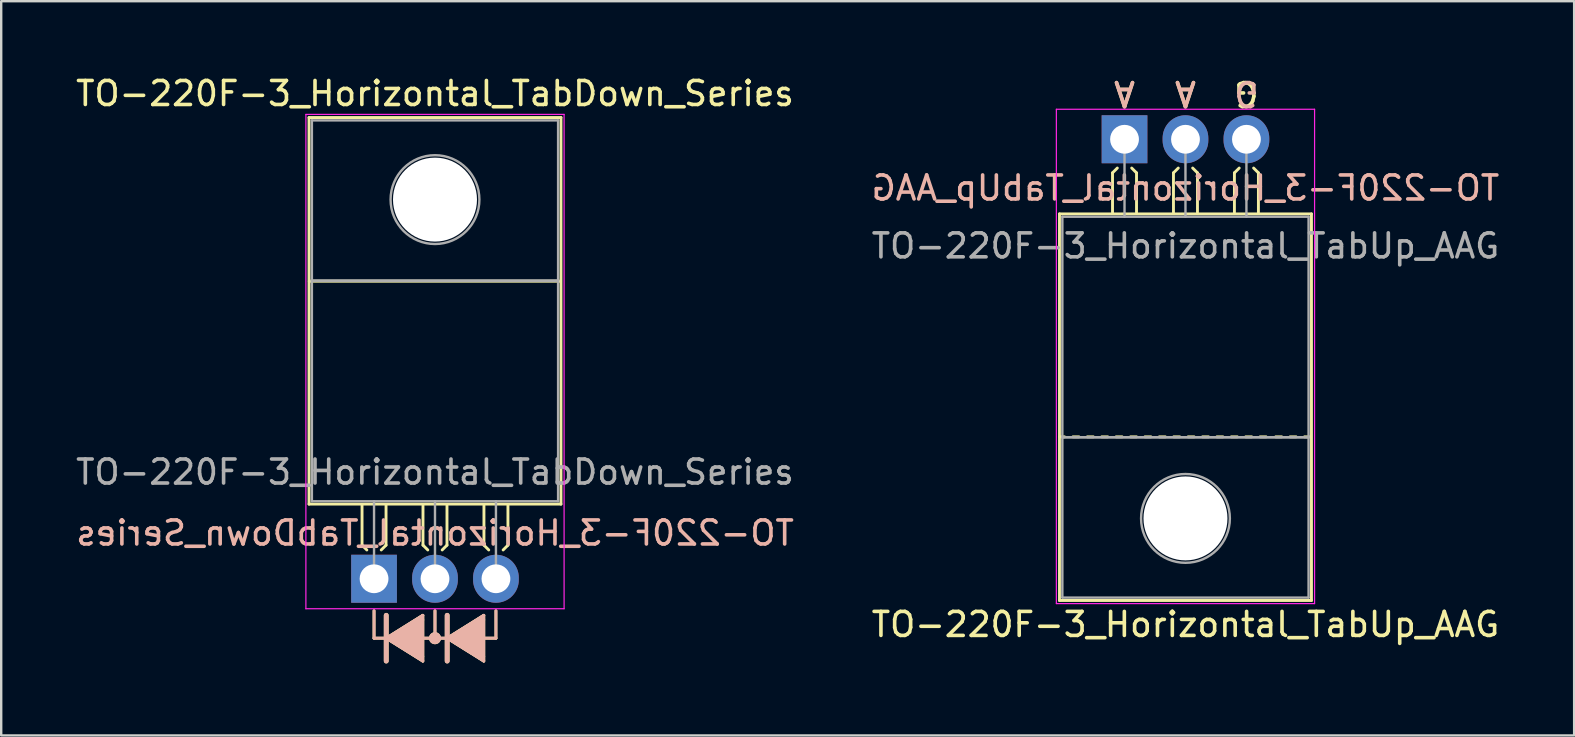
<source format=kicad_pcb>
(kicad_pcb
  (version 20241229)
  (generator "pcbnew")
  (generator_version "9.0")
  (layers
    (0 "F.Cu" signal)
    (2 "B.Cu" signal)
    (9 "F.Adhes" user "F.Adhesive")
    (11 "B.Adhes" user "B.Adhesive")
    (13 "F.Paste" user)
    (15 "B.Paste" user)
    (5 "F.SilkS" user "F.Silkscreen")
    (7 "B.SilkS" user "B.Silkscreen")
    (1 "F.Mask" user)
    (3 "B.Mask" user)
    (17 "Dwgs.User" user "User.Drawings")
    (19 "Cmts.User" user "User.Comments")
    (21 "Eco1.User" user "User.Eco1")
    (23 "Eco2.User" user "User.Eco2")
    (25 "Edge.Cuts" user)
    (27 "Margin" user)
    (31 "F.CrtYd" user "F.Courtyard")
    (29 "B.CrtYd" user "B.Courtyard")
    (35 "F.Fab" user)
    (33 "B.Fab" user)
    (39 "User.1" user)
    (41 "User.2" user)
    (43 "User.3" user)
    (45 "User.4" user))
  (footprint "TO-220F-3_Horizontal_TabDown_Series"
    (layer "F.Cu")
    (at 12.537 21.068)
    (property "Reference" "TO-220F-3_Horizontal_TabDown_Series" (at 2.54 -20.22 0) (layer "F.SilkS") (effects (font (size 1 1) (thickness 0.15))))
    (fp_line (start -2.71 -19.22) (end -2.71 -3.11) (stroke (width 0.12) (type solid)) (layer "F.SilkS"))
    (fp_line (start -2.71 -19.22) (end 7.79 -19.22) (stroke (width 0.12) (type solid)) (layer "F.SilkS"))
    (fp_line (start -2.71 -3.11) (end 7.79 -3.11) (stroke (width 0.12) (type solid)) (layer "F.SilkS"))
    (fp_line (start -2.7 -12.4) (end 7.75 -12.4) (stroke (width 0.12) (type solid)) (layer "F.SilkS"))
    (fp_line (start -0.5 -3.048) (end -0.5 -1.4) (stroke (width 0.12) (type solid)) (layer "F.SilkS"))
    (fp_line (start -0.5 -1.4) (end -0.3 -1.2) (stroke (width 0.12) (type solid)) (layer "F.SilkS"))
    (fp_line (start 0 1.333) (end 0 2.477) (stroke (width 0.12) (type solid)) (layer "F.SilkS"))
    (fp_line (start 0 2.477) (end 0.508 2.477) (stroke (width 0.12) (type solid)) (layer "F.SilkS"))
    (fp_line (start 0.5 -3.048) (end 0.5 -1.4) (stroke (width 0.12) (type solid)) (layer "F.SilkS"))
    (fp_line (start 0.5 -1.4) (end 0.3 -1.2) (stroke (width 0.12) (type solid)) (layer "F.SilkS"))
    (fp_line (start 0.508 1.524) (end 0.508 3.429) (stroke (width 0.2) (type solid)) (layer "F.SilkS"))
    (fp_line (start 0.508 2.477) (end 2.032 1.524) (stroke (width 0.12) (type solid)) (layer "F.SilkS"))
    (fp_line (start 0.508 2.477) (end 2.032 3.429) (stroke (width 0.12) (type solid)) (layer "F.SilkS"))
    (fp_line (start 2.032 1.714) (end 2.032 1.524) (stroke (width 0.12) (type solid)) (layer "F.SilkS"))
    (fp_line (start 2.032 3.239) (end 2.032 1.714) (stroke (width 0.12) (type solid)) (layer "F.SilkS"))
    (fp_line (start 2.032 3.239) (end 2.032 3.429) (stroke (width 0.12) (type solid)) (layer "F.SilkS"))
    (fp_line (start 2.04 -3.048) (end 2.04 -1.4) (stroke (width 0.12) (type solid)) (layer "F.SilkS"))
    (fp_line (start 2.04 -1.4) (end 2.24 -1.2) (stroke (width 0.12) (type solid)) (layer "F.SilkS"))
    (fp_line (start 2.54 1.333) (end 2.54 2.477) (stroke (width 0.12) (type solid)) (layer "F.SilkS"))
    (fp_line (start 2.54 2.477) (end 2.032 2.477) (stroke (width 0.12) (type solid)) (layer "F.SilkS"))
    (fp_line (start 2.54 2.477) (end 3.048 2.477) (stroke (width 0.12) (type solid)) (layer "F.SilkS"))
    (fp_line (start 3.04 -3.048) (end 3.04 -1.4) (stroke (width 0.12) (type solid)) (layer "F.SilkS"))
    (fp_line (start 3.04 -1.4) (end 2.84 -1.2) (stroke (width 0.12) (type solid)) (layer "F.SilkS"))
    (fp_line (start 3.048 1.524) (end 3.048 3.429) (stroke (width 0.2) (type solid)) (layer "F.SilkS"))
    (fp_line (start 3.048 2.477) (end 4.572 3.429) (stroke (width 0.12) (type solid)) (layer "F.SilkS"))
    (fp_line (start 4.572 1.524) (end 3.048 2.477) (stroke (width 0.12) (type solid)) (layer "F.SilkS"))
    (fp_line (start 4.572 3.429) (end 4.572 1.524) (stroke (width 0.12) (type solid)) (layer "F.SilkS"))
    (fp_line (start 4.58 -3.048) (end 4.58 -1.4) (stroke (width 0.12) (type solid)) (layer "F.SilkS"))
    (fp_line (start 4.58 -1.4) (end 4.78 -1.2) (stroke (width 0.12) (type solid)) (layer "F.SilkS"))
    (fp_line (start 5.08 1.333) (end 5.08 2.477) (stroke (width 0.12) (type solid)) (layer "F.SilkS"))
    (fp_line (start 5.08 2.477) (end 4.572 2.477) (stroke (width 0.12) (type solid)) (layer "F.SilkS"))
    (fp_line (start 5.58 -3.048) (end 5.58 -1.4) (stroke (width 0.12) (type solid)) (layer "F.SilkS"))
    (fp_line (start 5.58 -1.4) (end 5.38 -1.2) (stroke (width 0.12) (type solid)) (layer "F.SilkS"))
    (fp_line (start 7.79 -19.22) (end 7.79 -3.11) (stroke (width 0.12) (type solid)) (layer "F.SilkS"))
    (fp_circle (center 2.54 2.477) (end 2.54 2.54) (stroke (width 0.12) (type solid)) (fill no) (layer "F.SilkS"))
    (fp_circle (center 2.54 2.477) (end 2.54 2.603) (stroke (width 0.12) (type solid)) (fill no) (layer "F.SilkS"))
    (fp_circle (center 2.54 2.477) (end 2.54 2.667) (stroke (width 0.12) (type solid)) (fill no) (layer "F.SilkS"))
    (fp_poly (pts (xy 0.508 2.477) (xy 2.032 1.524) (xy 2.032 3.429)) (stroke (width 0.1) (type solid)) (fill yes) (layer "F.SilkS"))
    (fp_poly (pts (xy 4.572 3.429) (xy 3.048 2.477) (xy 4.572 1.524)) (stroke (width 0.1) (type solid)) (fill yes) (layer "F.SilkS"))
    (fp_line (start 0 1.333) (end 0 2.477) (stroke (width 0.12) (type solid)) (layer "B.SilkS"))
    (fp_line (start 0 2.477) (end 0.508 2.477) (stroke (width 0.12) (type solid)) (layer "B.SilkS"))
    (fp_line (start 0.508 2.477) (end 2.032 1.524) (stroke (width 0.12) (type solid)) (layer "B.SilkS"))
    (fp_line (start 0.508 3.429) (end 0.508 1.524) (stroke (width 0.2) (type solid)) (layer "B.SilkS"))
    (fp_line (start 2.032 1.524) (end 2.032 3.429) (stroke (width 0.12) (type solid)) (layer "B.SilkS"))
    (fp_line (start 2.032 3.429) (end 0.508 2.477) (stroke (width 0.12) (type solid)) (layer "B.SilkS"))
    (fp_line (start 2.54 1.333) (end 2.54 2.477) (stroke (width 0.12) (type solid)) (layer "B.SilkS"))
    (fp_line (start 2.54 2.477) (end 2.032 2.477) (stroke (width 0.12) (type solid)) (layer "B.SilkS"))
    (fp_line (start 2.54 2.477) (end 3.048 2.477) (stroke (width 0.12) (type solid)) (layer "B.SilkS"))
    (fp_line (start 3.048 2.477) (end 4.572 1.524) (stroke (width 0.12) (type solid)) (layer "B.SilkS"))
    (fp_line (start 3.048 2.477) (end 4.572 3.429) (stroke (width 0.12) (type solid)) (layer "B.SilkS"))
    (fp_line (start 3.048 3.429) (end 3.048 1.524) (stroke (width 0.2) (type solid)) (layer "B.SilkS"))
    (fp_line (start 4.572 1.714) (end 4.572 1.524) (stroke (width 0.12) (type solid)) (layer "B.SilkS"))
    (fp_line (start 4.572 1.714) (end 4.572 3.239) (stroke (width 0.12) (type solid)) (layer "B.SilkS"))
    (fp_line (start 4.572 3.239) (end 4.572 3.429) (stroke (width 0.12) (type solid)) (layer "B.SilkS"))
    (fp_line (start 5.08 1.333) (end 5.08 2.477) (stroke (width 0.12) (type solid)) (layer "B.SilkS"))
    (fp_line (start 5.08 2.477) (end 4.572 2.477) (stroke (width 0.12) (type solid)) (layer "B.SilkS"))
    (fp_circle (center 2.54 2.477) (end 2.54 2.54) (stroke (width 0.12) (type solid)) (fill no) (layer "B.SilkS"))
    (fp_circle (center 2.54 2.477) (end 2.54 2.603) (stroke (width 0.12) (type solid)) (fill no) (layer "B.SilkS"))
    (fp_circle (center 2.54 2.477) (end 2.54 2.667) (stroke (width 0.12) (type solid)) (fill no) (layer "B.SilkS"))
    (fp_poly (pts (xy 2.032 1.524) (xy 0.508 2.477) (xy 2.032 3.429)) (stroke (width 0.1) (type solid)) (fill yes) (layer "B.SilkS"))
    (fp_poly (pts (xy 3.048 2.477) (xy 4.572 3.429) (xy 4.572 1.524)) (stroke (width 0.1) (type solid)) (fill yes) (layer "B.SilkS"))
    (fp_line (start -2.84 -19.35) (end -2.84 1.25) (stroke (width 0.05) (type solid)) (layer "F.CrtYd"))
    (fp_line (start -2.84 1.25) (end 7.92 1.25) (stroke (width 0.05) (type solid)) (layer "F.CrtYd"))
    (fp_line (start 7.92 -19.35) (end -2.84 -19.35) (stroke (width 0.05) (type solid)) (layer "F.CrtYd"))
    (fp_line (start 7.92 1.25) (end 7.92 -19.35) (stroke (width 0.05) (type solid)) (layer "F.CrtYd"))
    (fp_line (start -2.59 -19.1) (end 7.67 -19.1) (stroke (width 0.1) (type solid)) (layer "F.Fab"))
    (fp_line (start -2.59 -12.42) (end -2.59 -19.1) (stroke (width 0.1) (type solid)) (layer "F.Fab"))
    (fp_line (start -2.59 -12.42) (end 7.67 -12.42) (stroke (width 0.1) (type solid)) (layer "F.Fab"))
    (fp_line (start -2.59 -3.23) (end -2.59 -12.42) (stroke (width 0.1) (type solid)) (layer "F.Fab"))
    (fp_line (start 0 -3.23) (end 0 0) (stroke (width 0.1) (type solid)) (layer "F.Fab"))
    (fp_line (start 2.54 -3.23) (end 2.54 0) (stroke (width 0.1) (type solid)) (layer "F.Fab"))
    (fp_line (start 5.08 -3.23) (end 5.08 0) (stroke (width 0.1) (type solid)) (layer "F.Fab"))
    (fp_line (start 7.67 -19.1) (end 7.67 -12.42) (stroke (width 0.1) (type solid)) (layer "F.Fab"))
    (fp_line (start 7.67 -12.42) (end -2.59 -12.42) (stroke (width 0.1) (type solid)) (layer "F.Fab"))
    (fp_line (start 7.67 -12.42) (end 7.67 -3.23) (stroke (width 0.1) (type solid)) (layer "F.Fab"))
    (fp_line (start 7.67 -3.23) (end -2.59 -3.23) (stroke (width 0.1) (type solid)) (layer "F.Fab"))
    (fp_circle (center 2.54 -15.8) (end 4.39 -15.8) (stroke (width 0.1) (type solid)) (fill no) (layer "F.Fab"))
    (fp_text user "${REFERENCE}" (at 2.54 -1.905 0) (layer "B.SilkS") (effects (font (size 1 1) (thickness 0.15)) (justify mirror)))
    (fp_text user "${REFERENCE}" (at 2.54 -4.445 0) (layer "F.Fab") (effects (font (size 1 1) (thickness 0.15))))
    (pad "" np_thru_hole oval (at 2.54 -15.8) (size 3.5 3.5) (drill 3.5) (layers "*.Cu" "*.Mask"))
    (pad "1" thru_hole rect (at 0 0) (size 1.905 2) (drill 1.2) (layers "*.Cu" "*.Mask"))
    (pad "2" thru_hole oval (at 2.54 0) (size 1.905 2) (drill 1.2) (layers "*.Cu" "*.Mask"))
    (pad "3" thru_hole oval (at 5.08 0) (size 1.905 2) (drill 1.2) (layers "*.Cu" "*.Mask")))
  (footprint "TO-220F-3_Horizontal_TabUp_AAG"
    (layer "F.Cu")
    (at 43.811 2.753)
    (property "Reference" "TO-220F-3_Horizontal_TabUp_AAG" (at 2.54 20.22 0) (layer "F.SilkS") (effects (font (size 1 1) (thickness 0.15))))
    (fp_line (start -2.71 19.22) (end -2.71 3.11) (stroke (width 0.12) (type solid)) (layer "F.SilkS"))
    (fp_line (start -2.5 12.4) (end -2.7 12.4) (stroke (width 0.12) (type solid)) (layer "F.SilkS"))
    (fp_line (start -1.9 12.4) (end -2.15 12.4) (stroke (width 0.12) (type solid)) (layer "F.SilkS"))
    (fp_line (start -1.3 12.4) (end -1.55 12.4) (stroke (width 0.12) (type solid)) (layer "F.SilkS"))
    (fp_line (start -0.7 12.4) (end -0.95 12.4) (stroke (width 0.12) (type solid)) (layer "F.SilkS"))
    (fp_line (start -0.5 1.4) (end -0.3 1.2) (stroke (width 0.12) (type solid)) (layer "F.SilkS"))
    (fp_line (start -0.5 3.048) (end -0.5 1.4) (stroke (width 0.12) (type solid)) (layer "F.SilkS"))
    (fp_line (start -0.1 12.4) (end -0.35 12.4) (stroke (width 0.12) (type solid)) (layer "F.SilkS"))
    (fp_line (start 0.5 1.4) (end 0.3 1.2) (stroke (width 0.12) (type solid)) (layer "F.SilkS"))
    (fp_line (start 0.5 3.048) (end 0.5 1.4) (stroke (width 0.12) (type solid)) (layer "F.SilkS"))
    (fp_line (start 0.5 12.4) (end 0.25 12.4) (stroke (width 0.12) (type solid)) (layer "F.SilkS"))
    (fp_line (start 1.1 12.4) (end 0.85 12.4) (stroke (width 0.12) (type solid)) (layer "F.SilkS"))
    (fp_line (start 1.7 12.4) (end 1.45 12.4) (stroke (width 0.12) (type solid)) (layer "F.SilkS"))
    (fp_line (start 2.04 1.4) (end 2.24 1.2) (stroke (width 0.12) (type solid)) (layer "F.SilkS"))
    (fp_line (start 2.04 3.048) (end 2.04 1.4) (stroke (width 0.12) (type solid)) (layer "F.SilkS"))
    (fp_line (start 2.3 12.4) (end 2.05 12.4) (stroke (width 0.12) (type solid)) (layer "F.SilkS"))
    (fp_line (start 2.9 12.4) (end 2.65 12.4) (stroke (width 0.12) (type solid)) (layer "F.SilkS"))
    (fp_line (start 3.04 1.4) (end 2.84 1.2) (stroke (width 0.12) (type solid)) (layer "F.SilkS"))
    (fp_line (start 3.04 3.048) (end 3.04 1.4) (stroke (width 0.12) (type solid)) (layer "F.SilkS"))
    (fp_line (start 3.5 12.4) (end 3.25 12.4) (stroke (width 0.12) (type solid)) (layer "F.SilkS"))
    (fp_line (start 4.1 12.4) (end 3.85 12.4) (stroke (width 0.12) (type solid)) (layer "F.SilkS"))
    (fp_line (start 4.58 1.4) (end 4.78 1.2) (stroke (width 0.12) (type solid)) (layer "F.SilkS"))
    (fp_line (start 4.58 3.048) (end 4.58 1.4) (stroke (width 0.12) (type solid)) (layer "F.SilkS"))
    (fp_line (start 4.7 12.4) (end 4.45 12.4) (stroke (width 0.12) (type solid)) (layer "F.SilkS"))
    (fp_line (start 5.3 12.4) (end 5.05 12.4) (stroke (width 0.12) (type solid)) (layer "F.SilkS"))
    (fp_line (start 5.58 1.4) (end 5.38 1.2) (stroke (width 0.12) (type solid)) (layer "F.SilkS"))
    (fp_line (start 5.58 3.048) (end 5.58 1.4) (stroke (width 0.12) (type solid)) (layer "F.SilkS"))
    (fp_line (start 5.9 12.4) (end 5.65 12.4) (stroke (width 0.12) (type solid)) (layer "F.SilkS"))
    (fp_line (start 6.55 12.4) (end 6.3 12.4) (stroke (width 0.12) (type solid)) (layer "F.SilkS"))
    (fp_line (start 7.15 12.4) (end 6.9 12.4) (stroke (width 0.12) (type solid)) (layer "F.SilkS"))
    (fp_line (start 7.75 12.4) (end 7.5 12.4) (stroke (width 0.12) (type solid)) (layer "F.SilkS"))
    (fp_line (start 7.79 3.11) (end -2.71 3.11) (stroke (width 0.12) (type solid)) (layer "F.SilkS"))
    (fp_line (start 7.79 19.22) (end -2.71 19.22) (stroke (width 0.12) (type solid)) (layer "F.SilkS"))
    (fp_line (start 7.79 19.22) (end 7.79 3.11) (stroke (width 0.12) (type solid)) (layer "F.SilkS"))
    (fp_line (start -2.84 -1.25) (end -2.84 19.35) (stroke (width 0.05) (type solid)) (layer "F.CrtYd"))
    (fp_line (start -2.84 19.35) (end 7.92 19.35) (stroke (width 0.05) (type solid)) (layer "F.CrtYd"))
    (fp_line (start 7.92 -1.25) (end -2.84 -1.25) (stroke (width 0.05) (type solid)) (layer "F.CrtYd"))
    (fp_line (start 7.92 19.35) (end 7.92 -1.25) (stroke (width 0.05) (type solid)) (layer "F.CrtYd"))
    (fp_line (start -2.59 3.23) (end -2.59 12.42) (stroke (width 0.1) (type solid)) (layer "F.Fab"))
    (fp_line (start -2.59 12.42) (end -2.59 19.1) (stroke (width 0.1) (type solid)) (layer "F.Fab"))
    (fp_line (start -2.59 12.42) (end 7.67 12.42) (stroke (width 0.1) (type solid)) (layer "F.Fab"))
    (fp_line (start -2.59 19.1) (end 7.67 19.1) (stroke (width 0.1) (type solid)) (layer "F.Fab"))
    (fp_line (start 0 3.23) (end 0 0) (stroke (width 0.1) (type solid)) (layer "F.Fab"))
    (fp_line (start 2.54 3.23) (end 2.54 0) (stroke (width 0.1) (type solid)) (layer "F.Fab"))
    (fp_line (start 5.08 3.23) (end 5.08 0) (stroke (width 0.1) (type solid)) (layer "F.Fab"))
    (fp_line (start 7.67 3.23) (end -2.59 3.23) (stroke (width 0.1) (type solid)) (layer "F.Fab"))
    (fp_line (start 7.67 12.42) (end -2.59 12.42) (stroke (width 0.1) (type solid)) (layer "F.Fab"))
    (fp_line (start 7.67 12.42) (end 7.67 3.23) (stroke (width 0.1) (type solid)) (layer "F.Fab"))
    (fp_line (start 7.67 19.1) (end 7.67 12.42) (stroke (width 0.1) (type solid)) (layer "F.Fab"))
    (fp_circle (center 2.54 15.8) (end 4.39 15.8) (stroke (width 0.1) (type solid)) (fill no) (layer "F.Fab"))
    (fp_text user "A" (at 0 -1.905 180) (unlocked yes) (layer "F.SilkS") (effects (font (size 1 1) (thickness 0.15))))
    (fp_text user "G" (at 5.08 -1.905 180) (unlocked yes) (layer "F.SilkS") (effects (font (size 1 1) (thickness 0.15))))
    (fp_text user "A" (at 2.54 -1.905 180) (unlocked yes) (layer "F.SilkS") (effects (font (size 1 1) (thickness 0.15))))
    (fp_text user "A" (at 2.54 -1.905 180) (unlocked yes) (layer "B.SilkS") (effects (font (size 1 1) (thickness 0.15)) (justify mirror)))
    (fp_text user "G" (at 5.08 -1.905 180) (unlocked yes) (layer "B.SilkS") (effects (font (size 1 1) (thickness 0.15)) (justify mirror)))
    (fp_text user "A" (at 0 -1.905 180) (unlocked yes) (layer "B.SilkS") (effects (font (size 1 1) (thickness 0.15)) (justify mirror)))
    (fp_text user "${REFERENCE}" (at 2.54 2.032 0) (layer "B.SilkS") (effects (font (size 1 1) (thickness 0.15)) (justify mirror)))
    (fp_text user "${REFERENCE}" (at 2.54 4.445 0) (layer "F.Fab") (effects (font (size 1 1) (thickness 0.15))))
    (pad "" np_thru_hole oval (at 2.54 15.8) (size 3.5 3.5) (drill 3.5) (layers "*.Cu" "*.Mask"))
    (pad "1" thru_hole rect (at 0 0) (size 1.905 2) (drill 1.2) (layers "*.Cu" "*.Mask"))
    (pad "2" thru_hole oval (at 2.54 0) (size 1.905 2) (drill 1.2) (layers "*.Cu" "*.Mask"))
    (pad "3" thru_hole oval (at 5.08 0) (size 1.905 2) (drill 1.2) (layers "*.Cu" "*.Mask")))
  (gr_rect
    (start -3 -3)
    (end 62.548 27.597)
    (stroke (width 0.1) (type default))
    (fill no)
    (layer "Edge.Cuts")))
</source>
